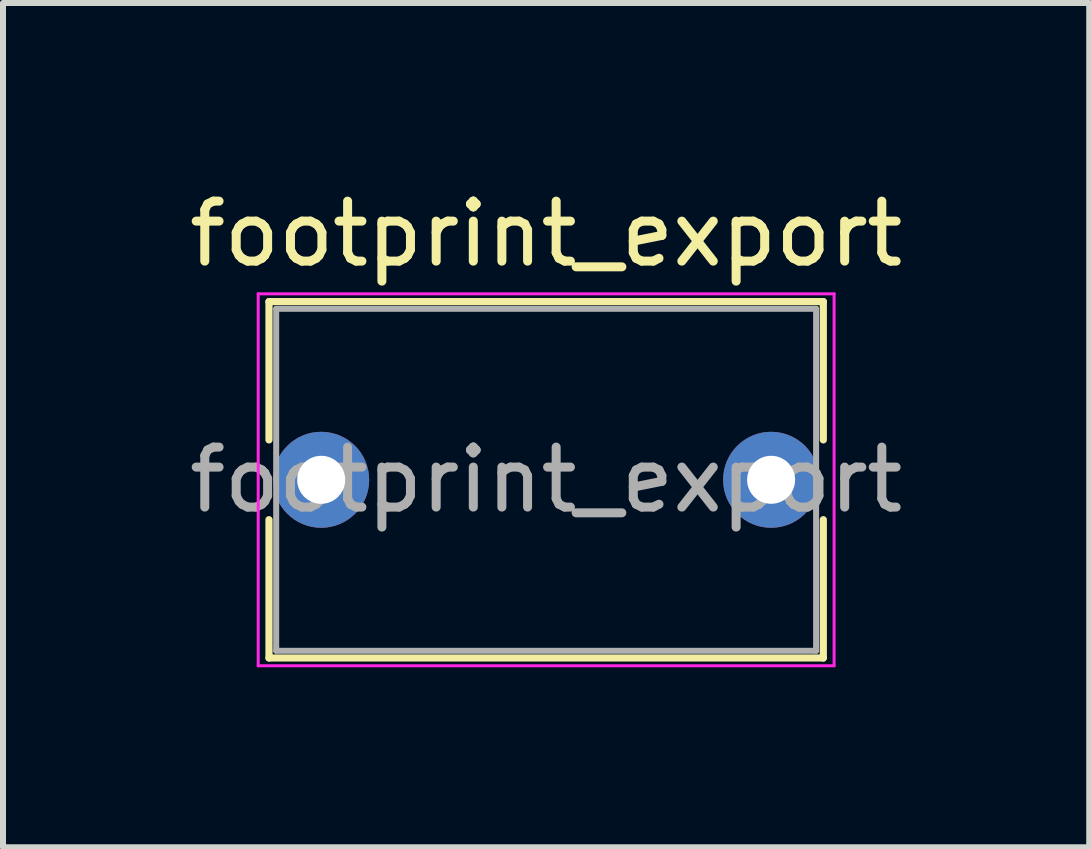
<source format=kicad_pcb>
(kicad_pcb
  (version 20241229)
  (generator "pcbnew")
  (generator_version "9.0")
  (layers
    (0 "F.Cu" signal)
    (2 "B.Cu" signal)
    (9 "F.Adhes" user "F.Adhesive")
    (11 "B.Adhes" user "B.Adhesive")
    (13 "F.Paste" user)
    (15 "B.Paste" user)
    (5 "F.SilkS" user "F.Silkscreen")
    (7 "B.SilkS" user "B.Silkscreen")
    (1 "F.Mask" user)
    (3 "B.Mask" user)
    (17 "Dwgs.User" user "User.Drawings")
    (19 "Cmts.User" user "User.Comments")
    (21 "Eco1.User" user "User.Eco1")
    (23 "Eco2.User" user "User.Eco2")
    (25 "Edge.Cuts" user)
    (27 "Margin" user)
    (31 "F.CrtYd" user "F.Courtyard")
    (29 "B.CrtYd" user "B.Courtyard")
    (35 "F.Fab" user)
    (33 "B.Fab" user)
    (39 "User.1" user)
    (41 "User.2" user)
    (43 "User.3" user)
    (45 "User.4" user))
  (footprint "footprint_export"
    (layer "F.Cu")
    (at 2.304 4.948)
    (property "Reference" "footprint_export" (at 3.75 -4.1 0) (layer "F.SilkS") (effects (font (size 1 1) (thickness 0.15))))
    (attr through_hole)
    (fp_line (start -0.87 -2.97) (end -0.87 -0.665) (stroke (width 0.12) (type solid)) (layer "F.SilkS"))
    (fp_line (start -0.87 -2.97) (end 8.37 -2.97) (stroke (width 0.12) (type solid)) (layer "F.SilkS"))
    (fp_line (start -0.87 0.665) (end -0.87 2.97) (stroke (width 0.12) (type solid)) (layer "F.SilkS"))
    (fp_line (start -0.87 2.97) (end 8.37 2.97) (stroke (width 0.12) (type solid)) (layer "F.SilkS"))
    (fp_line (start 8.37 -2.97) (end 8.37 -0.665) (stroke (width 0.12) (type solid)) (layer "F.SilkS"))
    (fp_line (start 8.37 0.665) (end 8.37 2.97) (stroke (width 0.12) (type solid)) (layer "F.SilkS"))
    (fp_line (start -1.05 -3.1) (end -1.05 3.1) (stroke (width 0.05) (type solid)) (layer "F.CrtYd"))
    (fp_line (start -1.05 3.1) (end 8.55 3.1) (stroke (width 0.05) (type solid)) (layer "F.CrtYd"))
    (fp_line (start 8.55 -3.1) (end -1.05 -3.1) (stroke (width 0.05) (type solid)) (layer "F.CrtYd"))
    (fp_line (start 8.55 3.1) (end 8.55 -3.1) (stroke (width 0.05) (type solid)) (layer "F.CrtYd"))
    (fp_line (start -0.75 -2.85) (end -0.75 2.85) (stroke (width 0.1) (type solid)) (layer "F.Fab"))
    (fp_line (start -0.75 2.85) (end 8.25 2.85) (stroke (width 0.1) (type solid)) (layer "F.Fab"))
    (fp_line (start 8.25 -2.85) (end -0.75 -2.85) (stroke (width 0.1) (type solid)) (layer "F.Fab"))
    (fp_line (start 8.25 2.85) (end 8.25 -2.85) (stroke (width 0.1) (type solid)) (layer "F.Fab"))
    (fp_text user "${REFERENCE}" (at 3.75 0 0) (layer "F.Fab") (effects (font (size 1 1) (thickness 0.15))))
    (pad "1" thru_hole circle (at 0 0) (size 1.6 1.6) (drill 0.8) (layers "*.Cu" "*.Mask"))
    (pad "2" thru_hole circle (at 7.5 0) (size 1.6 1.6) (drill 0.8) (layers "*.Cu" "*.Mask")))
  (gr_rect
    (start -3 -3)
    (end 15.107 11.073)
    (stroke (width 0.1) (type default))
    (fill no)
    (layer "Edge.Cuts")))
</source>
